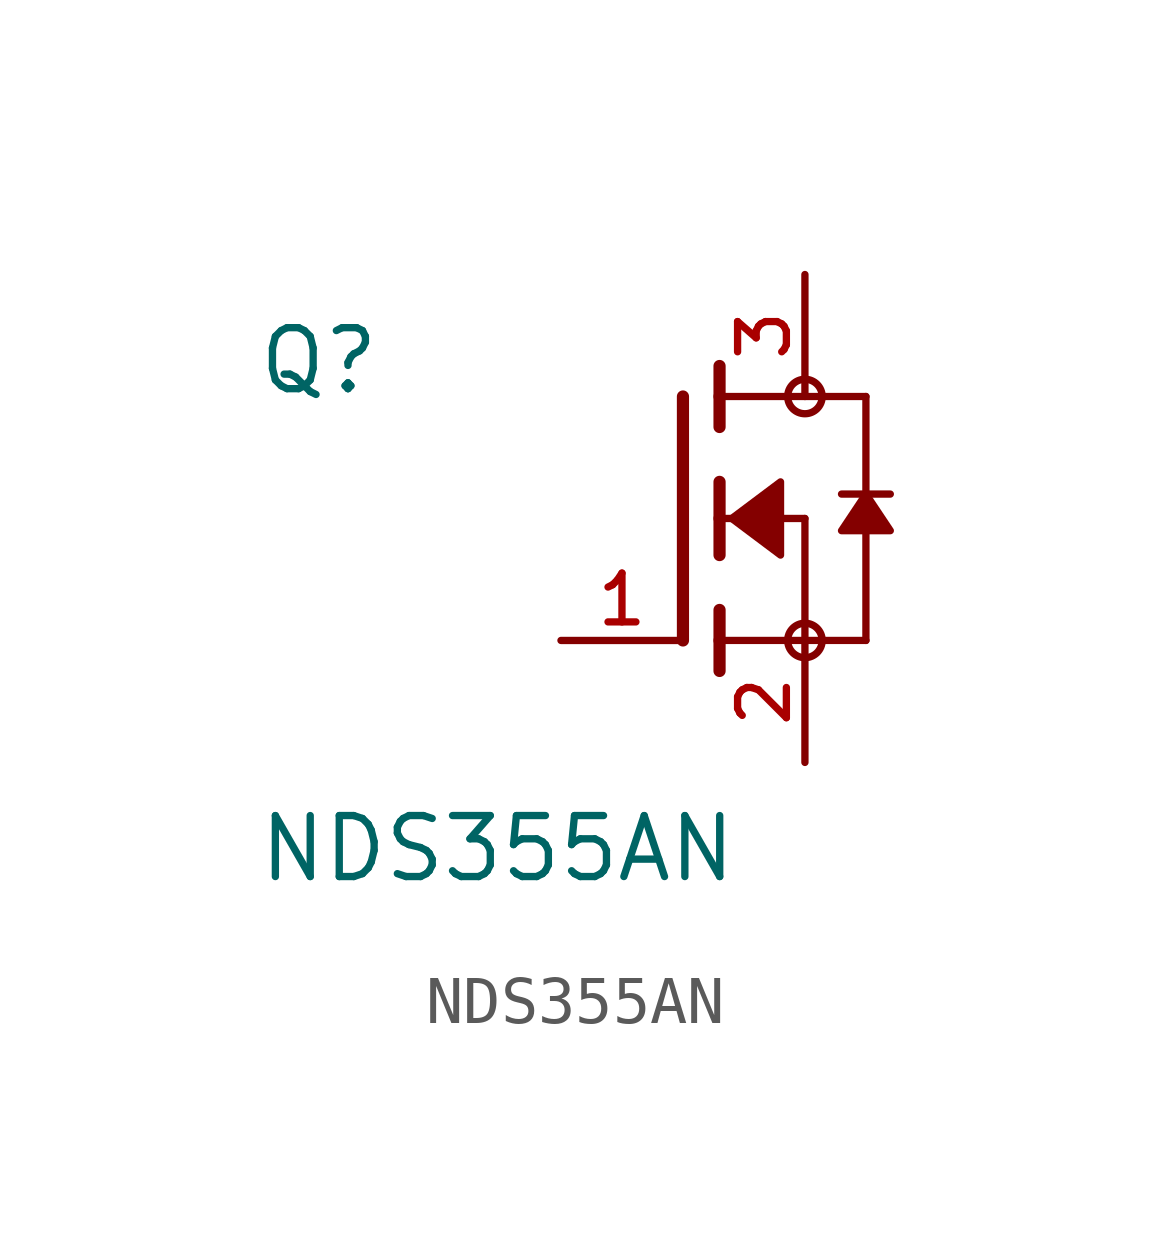
<source format=kicad_sym>
(kicad_symbol_lib
  (version 20211014)
  (generator kicad_symbol_editor)
  (symbol "NDS355AN"
    (pin_names
      (offset 1.016))
    (property "Reference" "Q"
      (at -11.43 2.54 0)
      (effects (font (size 1.27 1.27)) (justify bottom left)))
    (property "Value" "NDS355AN"
      (at -11.43 -7.62 0)
      (effects (font (size 1.27 1.27)) (justify bottom left)))
    (symbol "NDS355AN_0_0"
      (polyline (pts (xy -1.778 0.762) (xy -1.778 0.0)) (stroke (width 0.254)))
      (polyline (pts (xy -1.778 0.0) (xy -1.778 -0.762)) (stroke (width 0.254)))
      (polyline (pts (xy -1.778 3.175) (xy -1.778 2.54)) (stroke (width 0.254)))
      (polyline (pts (xy -1.778 2.54) (xy -1.778 1.905)) (stroke (width 0.254)))
      (polyline (pts (xy -1.778 0.0) (xy 0.0 0.0)) (stroke (width 0.152)))
      (polyline (pts (xy 0.0 0.0) (xy 0.0 -2.54)) (stroke (width 0.152)))
      (polyline (pts (xy -1.778 -1.905) (xy -1.778 -2.54)) (stroke (width 0.254)))
      (polyline (pts (xy -1.778 -2.54) (xy -1.778 -3.175)) (stroke (width 0.254)))
      (polyline (pts (xy -2.54 2.54) (xy -2.54 -2.54)) (stroke (width 0.254)))
      (polyline (pts (xy 0.0 -2.54) (xy -1.778 -2.54)) (stroke (width 0.152)))
      (polyline (pts (xy 1.27 2.54) (xy 1.27 0.508)) (stroke (width 0.152)))
      (polyline (pts (xy 1.27 0.508) (xy 1.27 -2.54)) (stroke (width 0.152)))
      (polyline (pts (xy 0.0 -2.54) (xy 1.27 -2.54)) (stroke (width 0.152)))
      (polyline (pts (xy -1.778 2.54) (xy 1.27 2.54)) (stroke (width 0.152)))
      (polyline (pts (xy 1.778 0.508) (xy 1.27 0.508)) (stroke (width 0.152)))
      (polyline (pts (xy 1.27 0.508) (xy 0.762 0.508)) (stroke (width 0.152)))
      (circle (center 0.0 -2.54) (radius 0.359) (stroke (width 0.0)) (fill (type none)))
      (circle (center 0.0 2.54) (radius 0.359) (stroke (width 0.0)) (fill (type none)))
      (polyline (pts (xy 1.27 0.508) (xy 0.762 -0.254) (xy 1.778 -0.254) (xy 1.27 0.508)) (stroke (width 0.152)) (fill (type outline)))
      (polyline (pts (xy -1.524 0.0) (xy -0.508 0.762) (xy -0.508 -0.762) (xy -1.524 0.0)) (stroke (width 0.152)) (fill (type outline)))
      (pin passive line (at 0.0 -5.08 90.0) (length 2.54) (name "~" (effects (font (size 1.016 1.016)))) (number "2" (effects (font (size 1.016 1.016)))))
      (pin passive line (at -5.08 -2.54 0) (length 2.54) (name "~" (effects (font (size 1.016 1.016)))) (number "1" (effects (font (size 1.016 1.016)))))
      (pin passive line (at 0.0 5.08 270.0) (length 2.54) (name "~" (effects (font (size 1.016 1.016)))) (number "3" (effects (font (size 1.016 1.016))))))))
</source>
